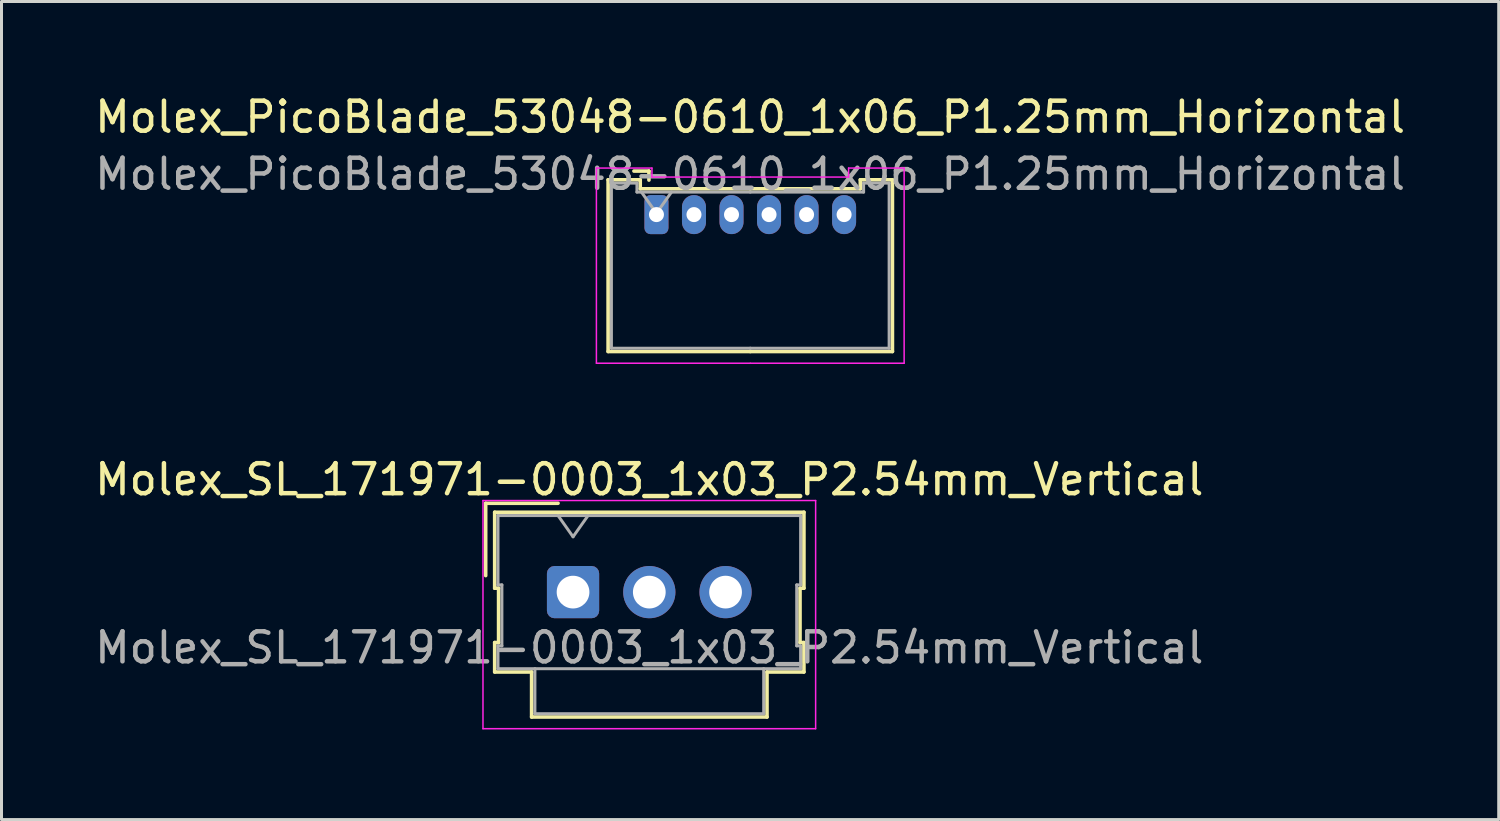
<source format=kicad_pcb>
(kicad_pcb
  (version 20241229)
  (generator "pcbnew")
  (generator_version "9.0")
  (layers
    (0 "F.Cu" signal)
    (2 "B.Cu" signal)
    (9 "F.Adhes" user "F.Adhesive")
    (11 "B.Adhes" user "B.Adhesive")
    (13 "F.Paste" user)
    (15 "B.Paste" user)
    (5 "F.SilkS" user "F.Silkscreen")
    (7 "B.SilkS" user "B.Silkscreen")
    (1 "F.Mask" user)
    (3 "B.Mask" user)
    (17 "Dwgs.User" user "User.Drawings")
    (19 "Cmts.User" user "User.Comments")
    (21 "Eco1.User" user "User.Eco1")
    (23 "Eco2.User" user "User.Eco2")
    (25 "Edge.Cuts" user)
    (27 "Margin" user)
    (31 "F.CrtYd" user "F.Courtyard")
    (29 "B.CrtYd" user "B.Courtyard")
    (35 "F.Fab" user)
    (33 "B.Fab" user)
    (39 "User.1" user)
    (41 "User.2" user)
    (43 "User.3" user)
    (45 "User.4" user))
  (footprint "Molex_PicoBlade_53048-0610_1x06_P1.25mm_Horizontal"
    (layer "F.Cu")
    (at 18.815 4.098)
    (property "Reference" "Molex_PicoBlade_53048-0610_1x06_P1.25mm_Horizontal" (at 3.12 -3.25 0) (layer "F.SilkS") (effects (font (size 1 1) (thickness 0.15))))
    (attr through_hole)
    (fp_line (start -1.61 -1.16) (end -1.61 4.56) (stroke (width 0.12) (type solid)) (layer "F.SilkS"))
    (fp_line (start -1.61 4.56) (end 3.125 4.56) (stroke (width 0.12) (type solid)) (layer "F.SilkS"))
    (fp_line (start -0.54 -1.16) (end -1.61 -1.16) (stroke (width 0.12) (type solid)) (layer "F.SilkS"))
    (fp_line (start -0.54 -0.86) (end -0.54 -1.16) (stroke (width 0.12) (type solid)) (layer "F.SilkS"))
    (fp_line (start -0.25 -1.45) (end -0.75 -1.45) (stroke (width 0.12) (type solid)) (layer "F.SilkS"))
    (fp_line (start -0.25 -1.15) (end -0.25 -1.45) (stroke (width 0.12) (type solid)) (layer "F.SilkS"))
    (fp_line (start 3.125 -0.86) (end -0.54 -0.86) (stroke (width 0.12) (type solid)) (layer "F.SilkS"))
    (fp_line (start 3.125 -0.86) (end 6.79 -0.86) (stroke (width 0.12) (type solid)) (layer "F.SilkS"))
    (fp_line (start 6.79 -1.16) (end 7.86 -1.16) (stroke (width 0.12) (type solid)) (layer "F.SilkS"))
    (fp_line (start 6.79 -0.86) (end 6.79 -1.16) (stroke (width 0.12) (type solid)) (layer "F.SilkS"))
    (fp_line (start 7.86 -1.16) (end 7.86 4.56) (stroke (width 0.12) (type solid)) (layer "F.SilkS"))
    (fp_line (start 7.86 4.56) (end 3.125 4.56) (stroke (width 0.12) (type solid)) (layer "F.SilkS"))
    (fp_line (start -2 -1.55) (end -2 4.95) (stroke (width 0.05) (type solid)) (layer "F.CrtYd"))
    (fp_line (start -2 4.95) (end 3.12 4.95) (stroke (width 0.05) (type solid)) (layer "F.CrtYd"))
    (fp_line (start -0.15 -1.55) (end -2 -1.55) (stroke (width 0.05) (type solid)) (layer "F.CrtYd"))
    (fp_line (start -0.15 -1.25) (end -0.15 -1.55) (stroke (width 0.05) (type solid)) (layer "F.CrtYd"))
    (fp_line (start 3.12 -1.25) (end -0.15 -1.25) (stroke (width 0.05) (type solid)) (layer "F.CrtYd"))
    (fp_line (start 3.13 -1.25) (end 6.4 -1.25) (stroke (width 0.05) (type solid)) (layer "F.CrtYd"))
    (fp_line (start 6.4 -1.55) (end 8.25 -1.55) (stroke (width 0.05) (type solid)) (layer "F.CrtYd"))
    (fp_line (start 6.4 -1.25) (end 6.4 -1.55) (stroke (width 0.05) (type solid)) (layer "F.CrtYd"))
    (fp_line (start 8.25 -1.55) (end 8.25 4.95) (stroke (width 0.05) (type solid)) (layer "F.CrtYd"))
    (fp_line (start 8.25 4.95) (end 3.13 4.95) (stroke (width 0.05) (type solid)) (layer "F.CrtYd"))
    (fp_line (start -1.5 -1.05) (end -1.5 4.45) (stroke (width 0.1) (type solid)) (layer "F.Fab"))
    (fp_line (start -1.5 4.45) (end 3.125 4.45) (stroke (width 0.1) (type solid)) (layer "F.Fab"))
    (fp_line (start -0.65 -1.05) (end -1.5 -1.05) (stroke (width 0.1) (type solid)) (layer "F.Fab"))
    (fp_line (start -0.65 -0.75) (end -0.65 -1.05) (stroke (width 0.1) (type solid)) (layer "F.Fab"))
    (fp_line (start -0.5 -0.75) (end 0 -0.043) (stroke (width 0.1) (type solid)) (layer "F.Fab"))
    (fp_line (start 0 -0.043) (end 0.5 -0.75) (stroke (width 0.1) (type solid)) (layer "F.Fab"))
    (fp_line (start 3.125 -0.75) (end -0.65 -0.75) (stroke (width 0.1) (type solid)) (layer "F.Fab"))
    (fp_line (start 3.125 -0.75) (end 6.9 -0.75) (stroke (width 0.1) (type solid)) (layer "F.Fab"))
    (fp_line (start 6.9 -1.05) (end 7.75 -1.05) (stroke (width 0.1) (type solid)) (layer "F.Fab"))
    (fp_line (start 6.9 -0.75) (end 6.9 -1.05) (stroke (width 0.1) (type solid)) (layer "F.Fab"))
    (fp_line (start 7.75 -1.05) (end 7.75 4.45) (stroke (width 0.1) (type solid)) (layer "F.Fab"))
    (fp_line (start 7.75 4.45) (end 3.125 4.45) (stroke (width 0.1) (type solid)) (layer "F.Fab"))
    (fp_text user "${REFERENCE}" (at 3.12 -1.35 0) (layer "F.Fab") (effects (font (size 1 1) (thickness 0.15))))
    (pad "1" thru_hole roundrect (at 0 0) (size 0.8 1.3) (drill 0.5) (layers "*.Cu" "*.Mask") (roundrect_rratio 0.25))
    (pad "2" thru_hole oval (at 1.25 0) (size 0.8 1.3) (drill 0.5) (layers "*.Cu" "*.Mask"))
    (pad "3" thru_hole oval (at 2.5 0) (size 0.8 1.3) (drill 0.5) (layers "*.Cu" "*.Mask"))
    (pad "4" thru_hole oval (at 3.75 0) (size 0.8 1.3) (drill 0.5) (layers "*.Cu" "*.Mask"))
    (pad "5" thru_hole oval (at 5 0) (size 0.8 1.3) (drill 0.5) (layers "*.Cu" "*.Mask"))
    (pad "6" thru_hole oval (at 6.25 0) (size 0.8 1.3) (drill 0.5) (layers "*.Cu" "*.Mask")))
  (footprint "Molex_SL_171971-0003_1x03_P2.54mm_Vertical"
    (layer "F.Cu")
    (at 16.037 16.672)
    (property "Reference" "Molex_SL_171971-0003_1x03_P2.54mm_Vertical" (at 2.54 -3.75 0) (layer "F.SilkS") (effects (font (size 1 1) (thickness 0.15))))
    (attr through_hole)
    (fp_line (start -2.91 -2.96) (end -0.5 -2.96) (stroke (width 0.12) (type solid)) (layer "F.SilkS"))
    (fp_line (start -2.91 -0.55) (end -2.91 -2.96) (stroke (width 0.12) (type solid)) (layer "F.SilkS"))
    (fp_line (start -2.61 -2.66) (end -2.61 -0.13) (stroke (width 0.12) (type solid)) (layer "F.SilkS"))
    (fp_line (start -2.61 -0.13) (end -2.48 -0.13) (stroke (width 0.12) (type solid)) (layer "F.SilkS"))
    (fp_line (start -2.61 1.68) (end -2.61 2.66) (stroke (width 0.12) (type solid)) (layer "F.SilkS"))
    (fp_line (start -2.61 2.66) (end -1.38 2.66) (stroke (width 0.12) (type solid)) (layer "F.SilkS"))
    (fp_line (start -2.48 -0.13) (end -2.48 1.68) (stroke (width 0.12) (type solid)) (layer "F.SilkS"))
    (fp_line (start -2.48 1.68) (end -2.61 1.68) (stroke (width 0.12) (type solid)) (layer "F.SilkS"))
    (fp_line (start -1.38 2.66) (end -1.38 4.16) (stroke (width 0.12) (type solid)) (layer "F.SilkS"))
    (fp_line (start -1.38 4.16) (end 6.46 4.16) (stroke (width 0.12) (type solid)) (layer "F.SilkS"))
    (fp_line (start 6.46 2.66) (end 7.69 2.66) (stroke (width 0.12) (type solid)) (layer "F.SilkS"))
    (fp_line (start 6.46 4.16) (end 6.46 2.66) (stroke (width 0.12) (type solid)) (layer "F.SilkS"))
    (fp_line (start 7.56 -0.13) (end 7.69 -0.13) (stroke (width 0.12) (type solid)) (layer "F.SilkS"))
    (fp_line (start 7.56 1.68) (end 7.56 -0.13) (stroke (width 0.12) (type solid)) (layer "F.SilkS"))
    (fp_line (start 7.69 -2.66) (end -2.61 -2.66) (stroke (width 0.12) (type solid)) (layer "F.SilkS"))
    (fp_line (start 7.69 -0.13) (end 7.69 -2.66) (stroke (width 0.12) (type solid)) (layer "F.SilkS"))
    (fp_line (start 7.69 1.68) (end 7.56 1.68) (stroke (width 0.12) (type solid)) (layer "F.SilkS"))
    (fp_line (start 7.69 2.66) (end 7.69 1.68) (stroke (width 0.12) (type solid)) (layer "F.SilkS"))
    (fp_line (start -3 -3.05) (end -3 4.55) (stroke (width 0.05) (type solid)) (layer "F.CrtYd"))
    (fp_line (start -3 4.55) (end 8.08 4.55) (stroke (width 0.05) (type solid)) (layer "F.CrtYd"))
    (fp_line (start 8.08 -3.05) (end -3 -3.05) (stroke (width 0.05) (type solid)) (layer "F.CrtYd"))
    (fp_line (start 8.08 4.55) (end 8.08 -3.05) (stroke (width 0.05) (type solid)) (layer "F.CrtYd"))
    (fp_line (start -2.5 -2.55) (end -2.5 -0.24) (stroke (width 0.1) (type solid)) (layer "F.Fab"))
    (fp_line (start -2.5 -0.24) (end -2.37 -0.24) (stroke (width 0.1) (type solid)) (layer "F.Fab"))
    (fp_line (start -2.5 1.79) (end -2.5 2.55) (stroke (width 0.1) (type solid)) (layer "F.Fab"))
    (fp_line (start -2.5 2.55) (end 7.58 2.55) (stroke (width 0.1) (type solid)) (layer "F.Fab"))
    (fp_line (start -2.37 -0.24) (end -2.37 1.79) (stroke (width 0.1) (type solid)) (layer "F.Fab"))
    (fp_line (start -2.37 1.79) (end -2.5 1.79) (stroke (width 0.1) (type solid)) (layer "F.Fab"))
    (fp_line (start -1.27 2.55) (end -1.27 4.05) (stroke (width 0.1) (type solid)) (layer "F.Fab"))
    (fp_line (start -1.27 4.05) (end 6.35 4.05) (stroke (width 0.1) (type solid)) (layer "F.Fab"))
    (fp_line (start 0 -1.843) (end -0.5 -2.55) (stroke (width 0.1) (type solid)) (layer "F.Fab"))
    (fp_line (start 0.5 -2.55) (end 0 -1.843) (stroke (width 0.1) (type solid)) (layer "F.Fab"))
    (fp_line (start 6.35 4.05) (end 6.35 2.55) (stroke (width 0.1) (type solid)) (layer "F.Fab"))
    (fp_line (start 7.45 -0.24) (end 7.58 -0.24) (stroke (width 0.1) (type solid)) (layer "F.Fab"))
    (fp_line (start 7.45 1.79) (end 7.45 -0.24) (stroke (width 0.1) (type solid)) (layer "F.Fab"))
    (fp_line (start 7.58 -2.55) (end -2.5 -2.55) (stroke (width 0.1) (type solid)) (layer "F.Fab"))
    (fp_line (start 7.58 -0.24) (end 7.58 -2.55) (stroke (width 0.1) (type solid)) (layer "F.Fab"))
    (fp_line (start 7.58 1.79) (end 7.45 1.79) (stroke (width 0.1) (type solid)) (layer "F.Fab"))
    (fp_line (start 7.58 2.55) (end 7.58 1.79) (stroke (width 0.1) (type solid)) (layer "F.Fab"))
    (fp_text user "${REFERENCE}" (at 2.54 1.85 0) (layer "F.Fab") (effects (font (size 1 1) (thickness 0.15))))
    (pad "1" thru_hole roundrect (at 0 0) (size 1.74 1.74) (drill 1.09) (layers "*.Cu" "*.Mask") (roundrect_rratio 0.144))
    (pad "2" thru_hole circle (at 2.54 0) (size 1.74 1.74) (drill 1.09) (layers "*.Cu" "*.Mask"))
    (pad "3" thru_hole circle (at 5.08 0) (size 1.74 1.74) (drill 1.09) (layers "*.Cu" "*.Mask")))
  (gr_rect
    (start -3 -3)
    (end 46.869 24.247)
    (stroke (width 0.1) (type default))
    (fill no)
    (layer "Edge.Cuts")))
</source>
